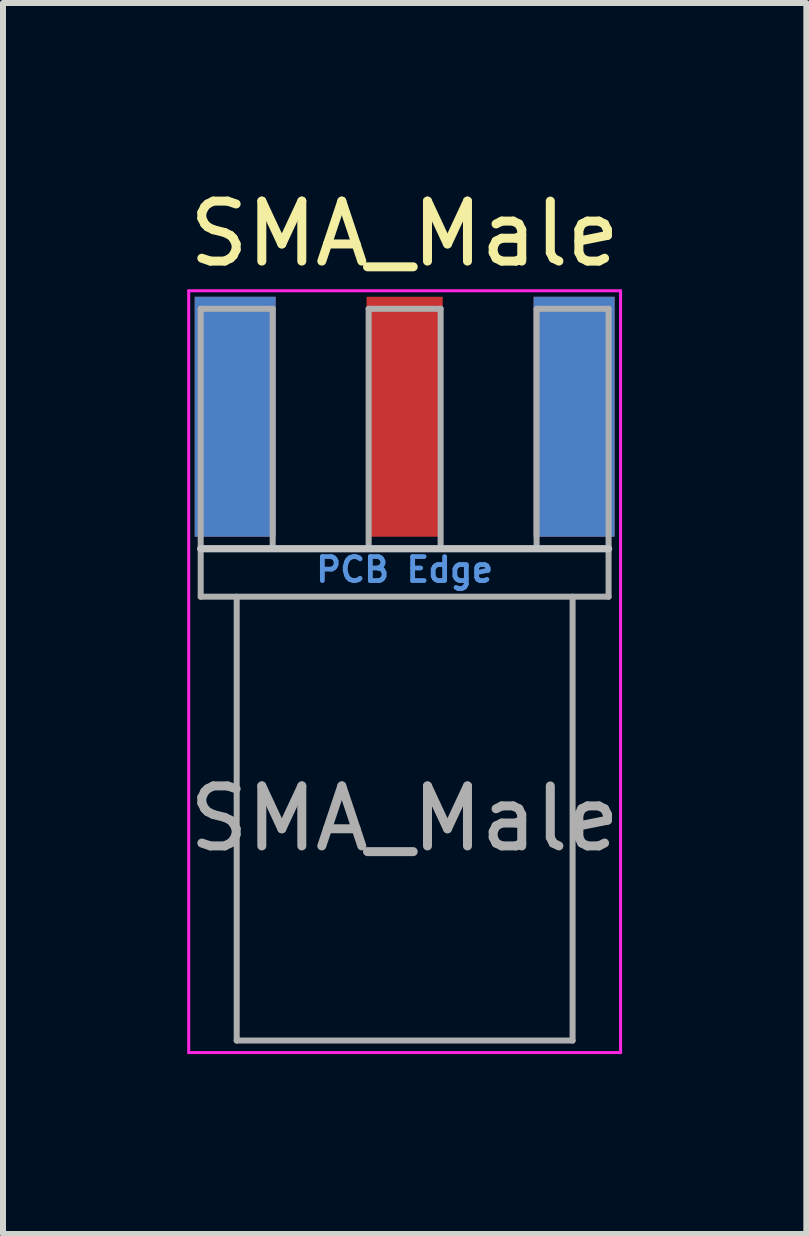
<source format=kicad_pcb>
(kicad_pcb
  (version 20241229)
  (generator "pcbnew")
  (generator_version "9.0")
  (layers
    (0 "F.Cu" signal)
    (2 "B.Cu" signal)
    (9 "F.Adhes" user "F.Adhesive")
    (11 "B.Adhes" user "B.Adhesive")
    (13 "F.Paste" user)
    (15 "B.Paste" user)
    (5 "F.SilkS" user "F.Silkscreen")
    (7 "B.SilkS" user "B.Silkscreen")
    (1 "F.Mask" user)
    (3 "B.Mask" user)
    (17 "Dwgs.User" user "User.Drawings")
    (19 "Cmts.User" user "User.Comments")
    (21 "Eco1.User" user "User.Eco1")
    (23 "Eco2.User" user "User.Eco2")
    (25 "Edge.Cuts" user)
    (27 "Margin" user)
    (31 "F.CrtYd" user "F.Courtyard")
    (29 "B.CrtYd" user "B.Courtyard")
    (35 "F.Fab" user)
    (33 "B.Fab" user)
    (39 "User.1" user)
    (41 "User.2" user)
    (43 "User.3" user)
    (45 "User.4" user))
  (footprint "SMA_Male"
    (layer "F.Cu")
    (at 3.696 6.098)
    (property "Reference" "SMA_Male" (at 0 -5.25 0) (unlocked yes) (layer "F.SilkS") (effects (font (size 1 1) (thickness 0.15))))
    (attr smd)
    (fp_line (start -3.4 0) (end 3.4 0) (stroke (width 0.12) (type solid)) (layer "Dwgs.User"))
    (fp_line (start -3.6 -4.3) (end -3.6 8.4) (stroke (width 0.05) (type solid)) (layer "F.CrtYd"))
    (fp_line (start -3.6 8.4) (end 3.6 8.4) (stroke (width 0.05) (type solid)) (layer "F.CrtYd"))
    (fp_line (start 3.6 -4.3) (end -3.6 -4.3) (stroke (width 0.05) (type solid)) (layer "F.CrtYd"))
    (fp_line (start 3.6 8.4) (end 3.6 -4.3) (stroke (width 0.05) (type solid)) (layer "F.CrtYd"))
    (fp_line (start -3.4 -4) (end -3.4 0) (stroke (width 0.1) (type solid)) (layer "F.Fab"))
    (fp_line (start -3.4 0) (end -3.4 0.8) (stroke (width 0.1) (type solid)) (layer "F.Fab"))
    (fp_line (start -3.4 0) (end 3.4 0) (stroke (width 0.1) (type solid)) (layer "F.Fab"))
    (fp_line (start -3.4 0.8) (end 3.4 0.8) (stroke (width 0.1) (type solid)) (layer "F.Fab"))
    (fp_line (start -2.8 0.8) (end -2.8 8.2) (stroke (width 0.1) (type solid)) (layer "F.Fab"))
    (fp_line (start -2.8 8.2) (end 2.8 8.2) (stroke (width 0.1) (type solid)) (layer "F.Fab"))
    (fp_line (start -2.2 -4) (end -3.4 -4) (stroke (width 0.1) (type solid)) (layer "F.Fab"))
    (fp_line (start -2.2 0) (end -2.2 -4) (stroke (width 0.1) (type solid)) (layer "F.Fab"))
    (fp_line (start -0.6 -4) (end -0.6 0) (stroke (width 0.1) (type solid)) (layer "F.Fab"))
    (fp_line (start 0.6 -4) (end -0.6 -4) (stroke (width 0.1) (type solid)) (layer "F.Fab"))
    (fp_line (start 0.6 0) (end 0.6 -4) (stroke (width 0.1) (type solid)) (layer "F.Fab"))
    (fp_line (start 2.2 -4) (end 2.2 0) (stroke (width 0.1) (type solid)) (layer "F.Fab"))
    (fp_line (start 2.8 8.2) (end 2.8 0.8) (stroke (width 0.1) (type solid)) (layer "F.Fab"))
    (fp_line (start 3.4 -4) (end 2.2 -4) (stroke (width 0.1) (type solid)) (layer "F.Fab"))
    (fp_line (start 3.4 0.8) (end 3.4 -4) (stroke (width 0.1) (type solid)) (layer "F.Fab"))
    (fp_text user "PCB Edge" (at 0 0.35 0) (unlocked yes) (layer "Cmts.User") (effects (font (size 0.4 0.4) (thickness 0.08))))
    (fp_text user "${REFERENCE}" (at 0 4.5 0) (unlocked yes) (layer "F.Fab") (effects (font (size 1 1) (thickness 0.15))))
    (pad "1" smd rect (at 0 -2.2) (size 1.27 4) (layers "F.Cu" "F.Mask"))
    (pad "2" smd rect (at -2.825 -2.2) (size 1.35 4) (layers "F.Cu" "F.Mask"))
    (pad "2" smd rect (at -2.825 -2.2) (size 1.35 4) (layers "B.Cu" "B.Mask"))
    (pad "2" smd rect (at 2.825 -2.2) (size 1.35 4) (layers "F.Cu" "F.Mask"))
    (pad "2" smd rect (at 2.825 -2.2) (size 1.35 4) (layers "B.Cu" "B.Mask")))
  (gr_rect
    (start -3 -3)
    (end 10.393 17.523)
    (stroke (width 0.1) (type default))
    (fill no)
    (layer "Edge.Cuts")))
</source>
